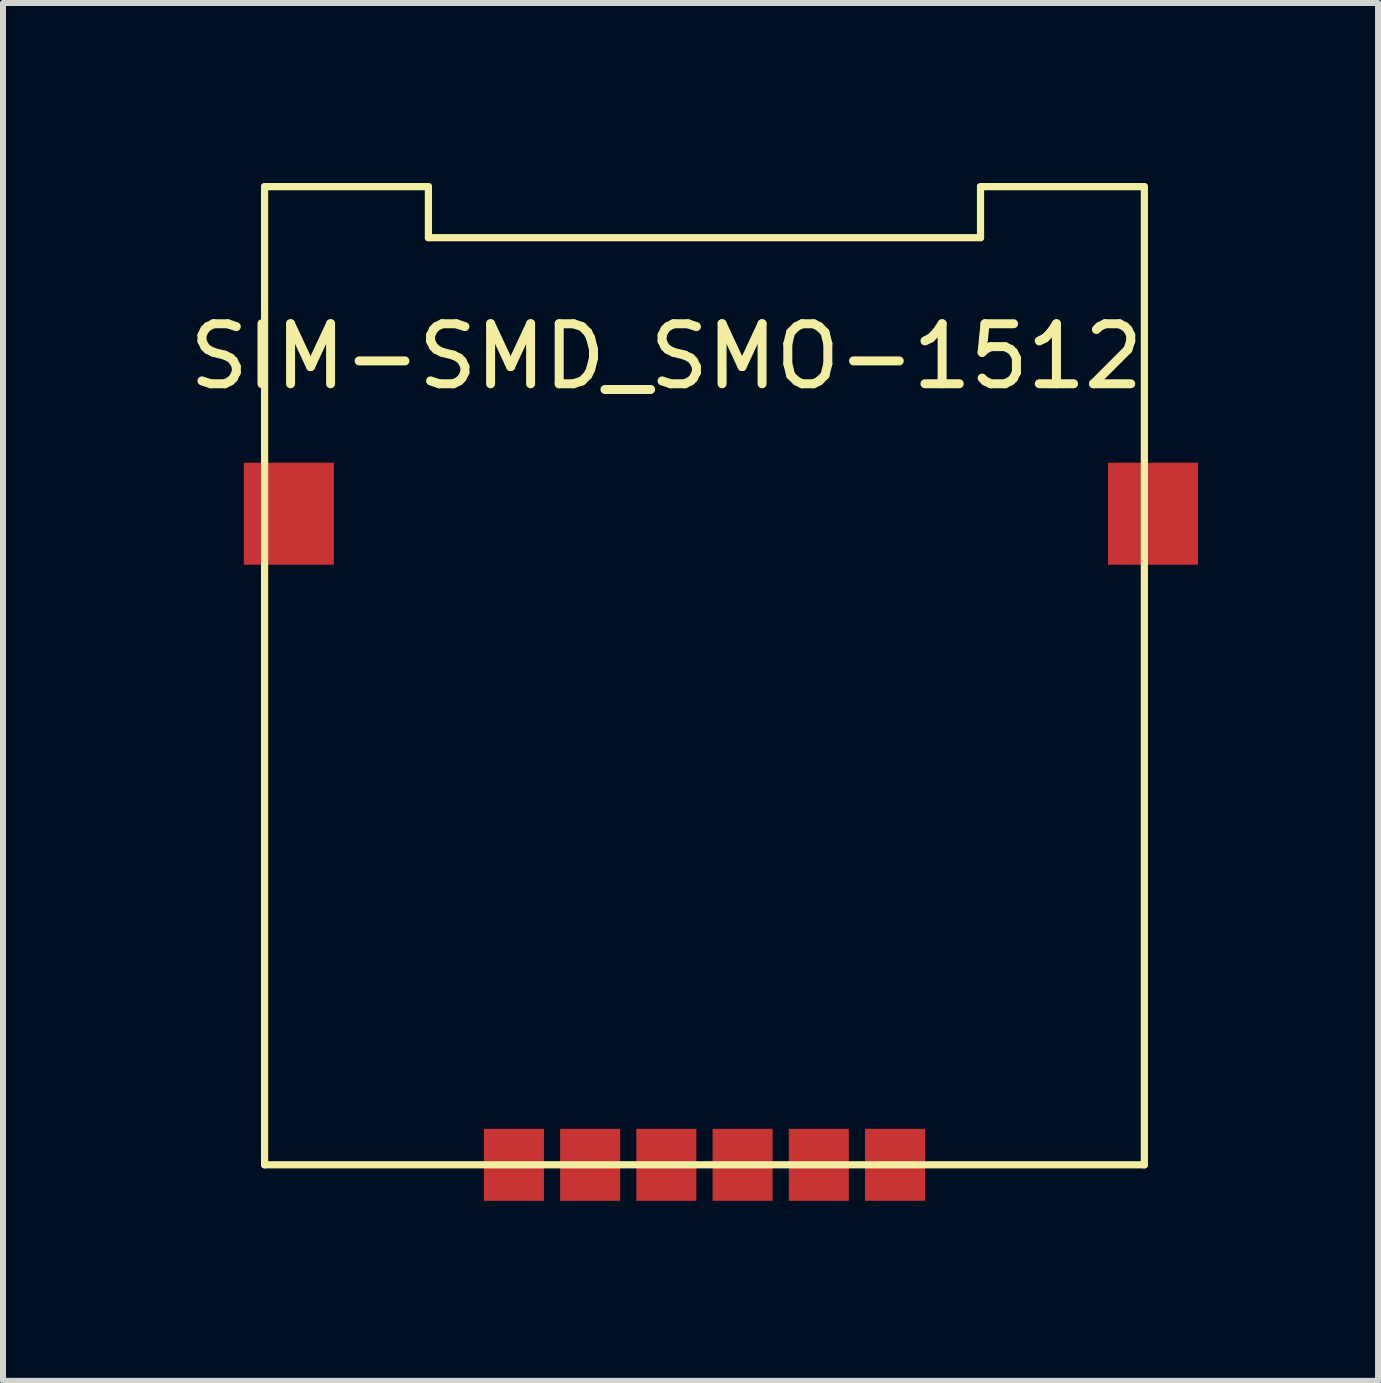
<source format=kicad_pcb>
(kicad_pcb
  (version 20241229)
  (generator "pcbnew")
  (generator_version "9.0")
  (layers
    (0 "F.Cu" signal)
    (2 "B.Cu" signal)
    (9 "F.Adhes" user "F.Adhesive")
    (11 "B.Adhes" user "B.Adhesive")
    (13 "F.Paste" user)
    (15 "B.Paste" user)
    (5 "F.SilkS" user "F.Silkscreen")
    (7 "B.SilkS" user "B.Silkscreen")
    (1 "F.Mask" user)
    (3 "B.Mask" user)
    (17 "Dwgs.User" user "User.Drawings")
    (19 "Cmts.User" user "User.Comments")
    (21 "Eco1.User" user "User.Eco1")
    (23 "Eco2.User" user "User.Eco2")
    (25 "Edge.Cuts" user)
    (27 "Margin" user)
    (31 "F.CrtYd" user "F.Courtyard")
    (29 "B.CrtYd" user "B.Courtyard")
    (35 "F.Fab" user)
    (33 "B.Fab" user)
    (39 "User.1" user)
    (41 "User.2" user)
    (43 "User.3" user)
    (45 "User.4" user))
  (footprint "SIM-SMD_SMO-1512"
    (layer "F.Cu")
    (at 8.689 16.36)
    (property "Reference" "SIM-SMD_SMO-1512" (at -0.635 -13.47 0) (layer "F.SilkS") (effects (font (size 1 1) (thickness 0.15))))
    (fp_line (start -7.33 -16.3) (end -4.6 -16.3) (stroke (width 0.12) (type solid)) (layer "F.SilkS"))
    (fp_line (start -7.33 0) (end -7.33 -16.3) (stroke (width 0.12) (type solid)) (layer "F.SilkS"))
    (fp_line (start -7.33 0) (end 7.33 0) (stroke (width 0.12) (type solid)) (layer "F.SilkS"))
    (fp_line (start -4.6 -15.45) (end -4.6 -16.3) (stroke (width 0.12) (type solid)) (layer "F.SilkS"))
    (fp_line (start -4.6 -15.45) (end 4.6 -15.45) (stroke (width 0.12) (type solid)) (layer "F.SilkS"))
    (fp_line (start 4.6 -16.3) (end 7.33 -16.3) (stroke (width 0.12) (type solid)) (layer "F.SilkS"))
    (fp_line (start 4.6 -15.45) (end 4.6 -16.3) (stroke (width 0.12) (type solid)) (layer "F.SilkS"))
    (fp_line (start 7.33 0) (end 7.33 -16.3) (stroke (width 0.12) (type solid)) (layer "F.SilkS"))
    (pad "1" smd rect (at -1.905 0) (size 1 1.2) (layers "F.Cu" "F.Mask" "F.Paste"))
    (pad "2" smd rect (at 0.635 0) (size 1 1.2) (layers "F.Cu" "F.Mask" "F.Paste"))
    (pad "3" smd rect (at 3.175 0) (size 1 1.2) (layers "F.Cu" "F.Mask" "F.Paste"))
    (pad "5" smd rect (at -3.175 0) (size 1 1.2) (layers "F.Cu" "F.Mask" "F.Paste"))
    (pad "6" smd rect (at -0.635 0) (size 1 1.2) (layers "F.Cu" "F.Mask" "F.Paste"))
    (pad "7" smd rect (at 1.905 0) (size 1 1.2) (layers "F.Cu" "F.Mask" "F.Paste"))
    (pad "8" smd rect (at -6.926 -10.85) (size 1.5 1.7) (layers "F.Cu" "F.Mask" "F.Paste"))
    (pad "9" smd rect (at 7.474 -10.85) (size 1.5 1.7) (layers "F.Cu" "F.Mask" "F.Paste")))
  (gr_rect
    (start -3 -3)
    (end 19.913 19.96)
    (stroke (width 0.1) (type default))
    (fill no)
    (layer "Edge.Cuts")))
</source>
